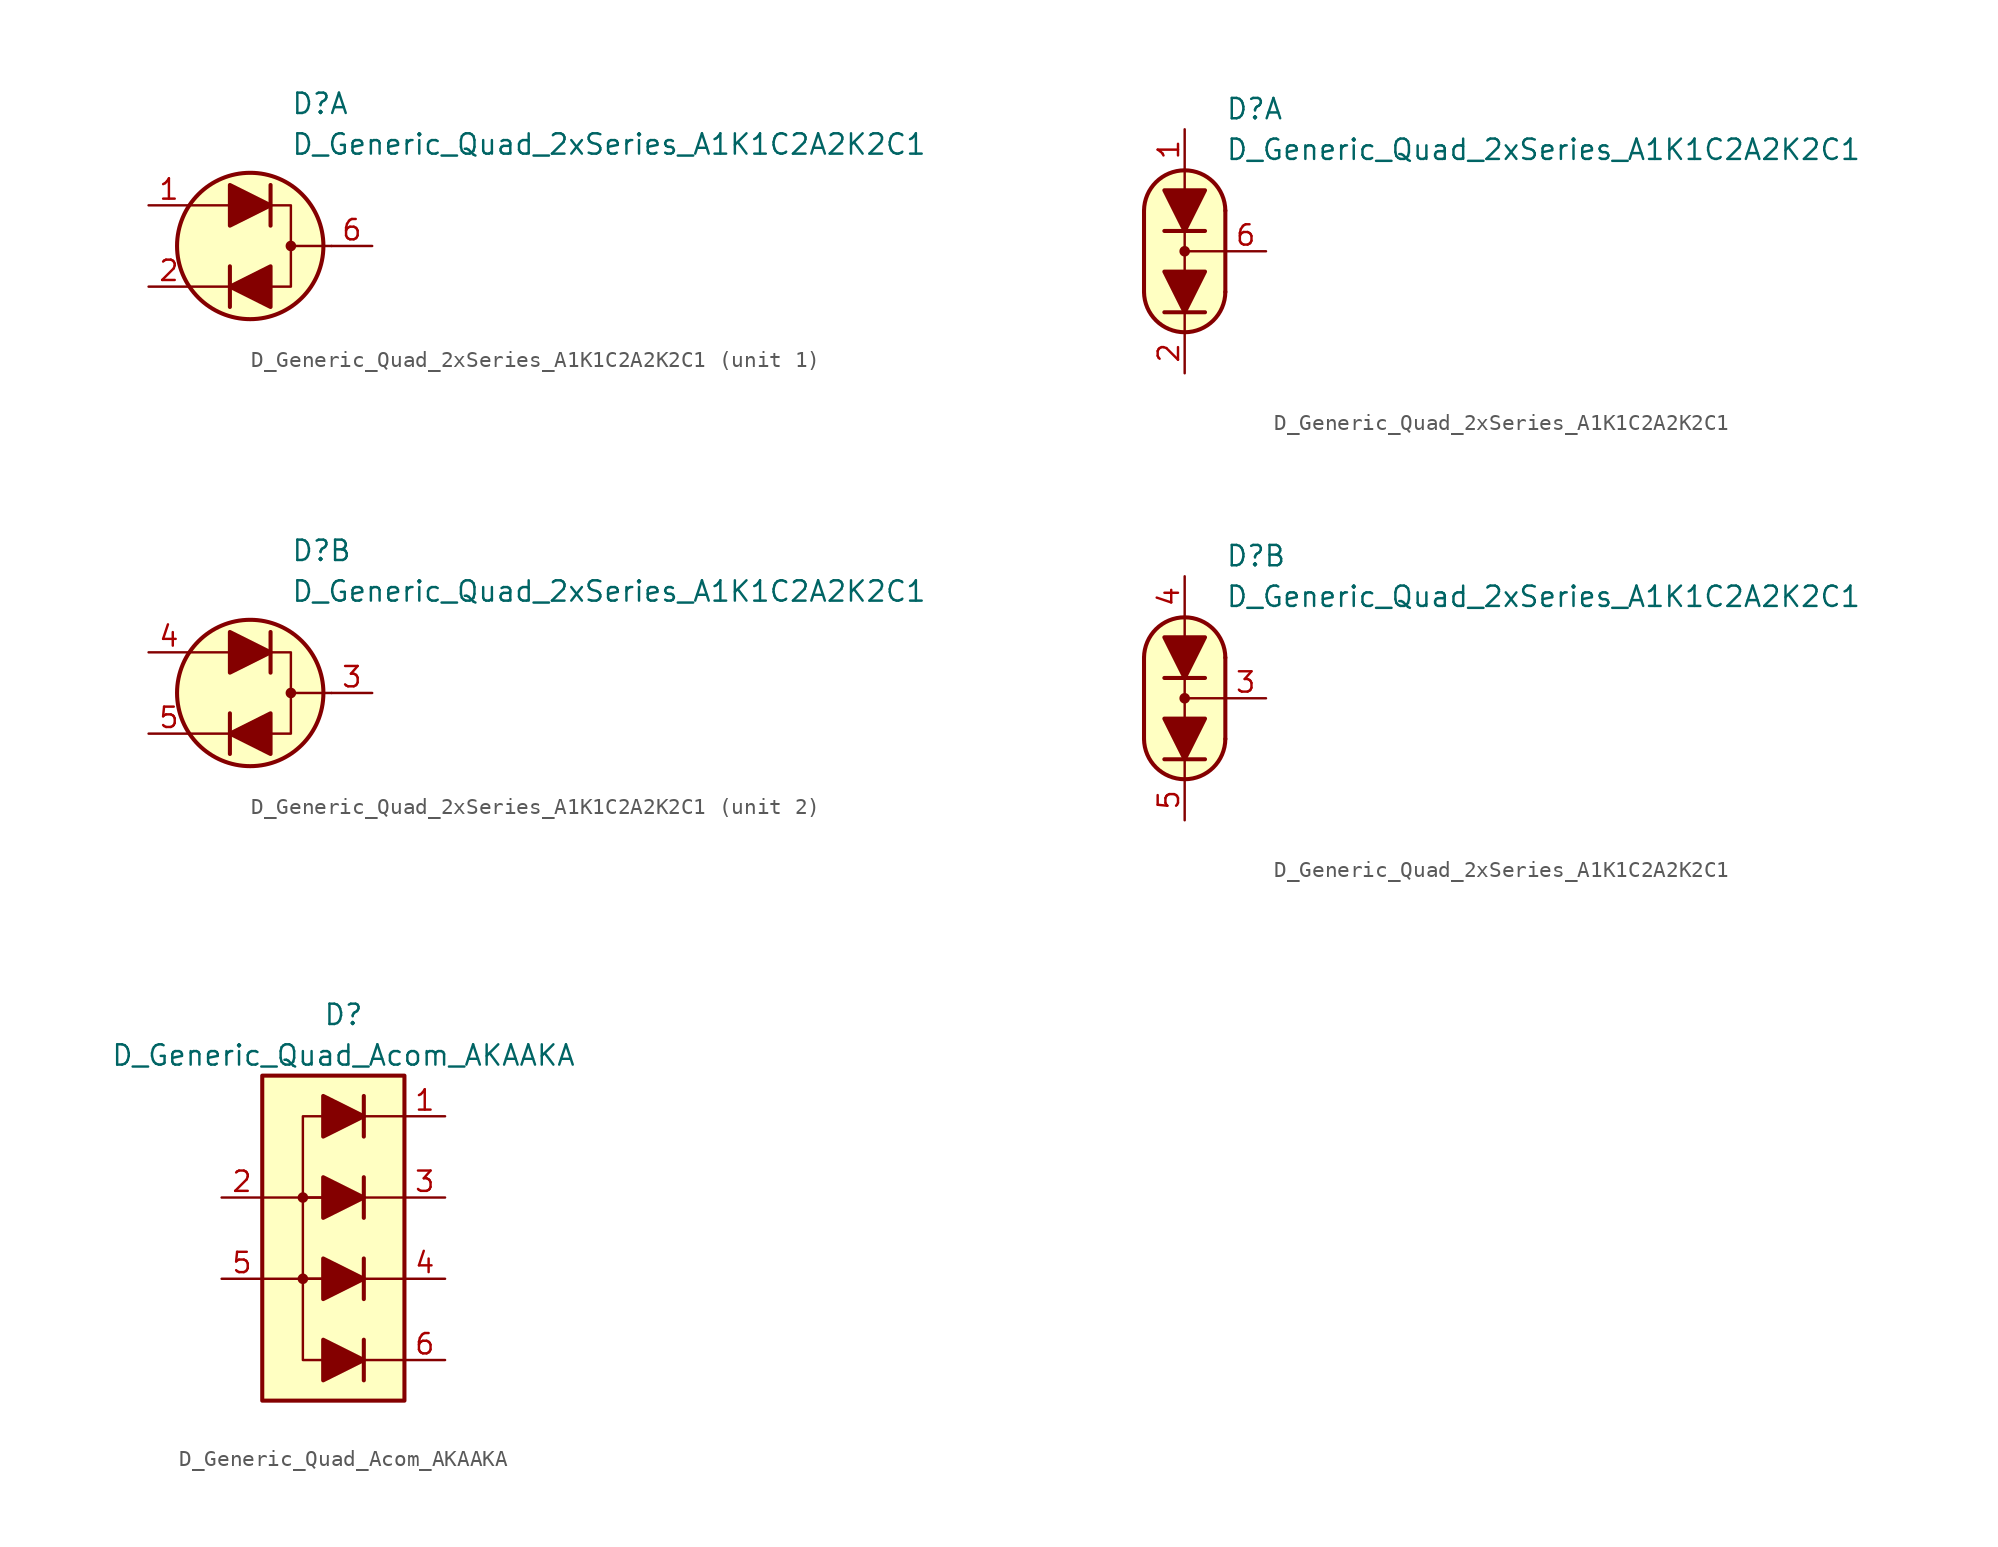
<source format=kicad_sym>
(kicad_symbol_lib
  (version 20231120)
  (generator "kicad_symbol_editor")
  (generator_version "8.0")
  (symbol "D_Generic_Quad_2xSeries_A1K1C2A2K2C1"
    (pin_names
      (offset 1.016) hide)
    (property "Reference" "D"
      (at 2.54 8.89 0)
      (effects (font (size 1.27 1.27)) (justify left)))
    (property "Value" "D_Generic_Quad_2xSeries_A1K1C2A2K2C1"
      (at 2.54 6.35 0)
      (effects (font (size 1.27 1.27)) (justify left)))
    (property "ki_locked" ""
      (at 0 0 0)
      (effects (font (size 1.27 1.27))))
    (symbol "D_Generic_Quad_2xSeries_A1K1C2A2K2C1_0_1"
      (polyline (pts (xy -1.27 -2.54) (xy -3.81 -2.54)) (stroke (width 0) (type default)) (fill (type none)))
      (polyline (pts (xy -1.27 -1.27) (xy -1.27 -3.81)) (stroke (width 0.254) (type default)) (fill (type none)))
      (polyline (pts (xy -1.27 2.54) (xy -3.81 2.54)) (stroke (width 0) (type default)) (fill (type none)))
      (polyline (pts (xy 1.27 3.81) (xy 1.27 1.27)) (stroke (width 0.254) (type default)) (fill (type none)))
      (polyline (pts (xy 5.08 0) (xy 2.54 0)) (stroke (width 0) (type default)) (fill (type none)))
      (polyline (pts (xy 1.27 -2.54) (xy 2.54 -2.54) (xy 2.54 2.54) (xy 1.27 2.54)) (stroke (width 0) (type default)) (fill (type none)))
      (circle (center 0 0) (radius 4.572) (stroke (width 0.254) (type default)) (fill (type background)))
      (circle (center 2.54 0) (radius 0.254) (stroke (width 0) (type default)) (fill (type outline))))
    (symbol "D_Generic_Quad_2xSeries_A1K1C2A2K2C1_1_1"
      (polyline (pts (xy -1.27 2.54) (xy 1.27 2.54)) (stroke (width 0) (type default)) (fill (type none)))
      (polyline (pts (xy 1.27 -2.54) (xy -1.27 -2.54)) (stroke (width 0) (type default)) (fill (type none)))
      (polyline (pts (xy -1.27 1.27) (xy -1.27 3.81) (xy 1.27 2.54) (xy -1.27 1.27)) (stroke (width 0.254) (type default)) (fill (type outline)))
      (polyline (pts (xy 1.27 -1.27) (xy 1.27 -3.81) (xy -1.27 -2.54) (xy 1.27 -1.27)) (stroke (width 0.254) (type default)) (fill (type outline)))
      (pin passive line (at -6.35 2.54 0) (length 2.54) (name "A1" (effects (font (size 1.27 1.27)))) (number "1" (effects (font (size 1.27 1.27)))))
      (pin passive line (at -6.35 -2.54 0) (length 2.54) (name "K1" (effects (font (size 1.27 1.27)))) (number "2" (effects (font (size 1.27 1.27)))))
      (pin passive line (at 7.62 0 180) (length 2.54) (name "C1" (effects (font (size 1.27 1.27)))) (number "6" (effects (font (size 1.27 1.27))))))
    (symbol "D_Generic_Quad_2xSeries_A1K1C2A2K2C1_1_2"
      (arc (start -2.54 -2.54) (mid 0 -5.0576) (end 2.54 -2.54) (stroke (width 0.254) (type default)) (fill (type none)))
      (polyline (pts (xy -2.54 2.54) (xy -2.54 -2.54)) (stroke (width 0.254) (type default)) (fill (type none)))
      (polyline (pts (xy 0 -5.08) (xy 0 -3.81)) (stroke (width 0) (type default)) (fill (type none)))
      (polyline (pts (xy 0 0) (xy 2.54 0)) (stroke (width 0) (type default)) (fill (type none)))
      (polyline (pts (xy 0 1.27) (xy 0 -1.27)) (stroke (width 0) (type default)) (fill (type none)))
      (polyline (pts (xy 0 5.08) (xy 0 3.81)) (stroke (width 0) (type default)) (fill (type none)))
      (polyline (pts (xy 1.27 -3.81) (xy -1.27 -3.81)) (stroke (width 0.254) (type default)) (fill (type none)))
      (polyline (pts (xy 1.27 1.27) (xy -1.27 1.27)) (stroke (width 0.254) (type default)) (fill (type none)))
      (polyline (pts (xy 2.54 -2.54) (xy 2.54 2.54)) (stroke (width 0.254) (type default)) (fill (type none)))
      (polyline (pts (xy 1.27 -1.27) (xy -1.27 -1.27) (xy 0 -3.81) (xy 1.27 -1.27)) (stroke (width 0.254) (type default)) (fill (type outline)))
      (polyline (pts (xy 1.27 3.81) (xy -1.27 3.81) (xy 0 1.27) (xy 1.27 3.81)) (stroke (width 0.254) (type default)) (fill (type outline)))
      (polyline (pts (xy 0 -5.08) (xy -1.016 -4.826) (xy -1.778 -4.318) (xy -2.286 -3.556) (xy -2.54 -3.048) (xy -2.54 2.794) (xy -2.286 3.556) (xy -1.778 4.318) (xy -1.016 4.826) (xy -0.254 5.08) (xy 0.254 5.08) (xy 1.016 4.826) (xy 1.524 4.572) (xy 2.032 4.064) (xy 2.286 3.556) (xy 2.54 2.794) (xy 2.54 -2.794) (xy 2.286 -3.556) (xy 2.032 -4.064) (xy 1.524 -4.572) (xy 1.016 -4.826) (xy 0 -5.08)) (stroke (width 0.01) (type default)) (fill (type background)))
      (circle (center 0 0) (radius 0.254) (stroke (width 0) (type default)) (fill (type outline)))
      (arc (start 2.54 2.54) (mid 0 5.0576) (end -2.54 2.54) (stroke (width 0.254) (type default)) (fill (type none)))
      (pin passive line (at 0 7.62 270) (length 2.54) (name "A1" (effects (font (size 1.27 1.27)))) (number "1" (effects (font (size 1.27 1.27)))))
      (pin passive line (at 0 -7.62 90) (length 2.54) (name "K1" (effects (font (size 1.27 1.27)))) (number "2" (effects (font (size 1.27 1.27)))))
      (pin passive line (at 5.08 0 180) (length 2.54) (name "C1" (effects (font (size 1.27 1.27)))) (number "6" (effects (font (size 1.27 1.27))))))
    (symbol "D_Generic_Quad_2xSeries_A1K1C2A2K2C1_2_1"
      (polyline (pts (xy -1.27 2.54) (xy 1.27 2.54)) (stroke (width 0) (type default)) (fill (type none)))
      (polyline (pts (xy 1.27 -2.54) (xy -1.27 -2.54)) (stroke (width 0) (type default)) (fill (type none)))
      (polyline (pts (xy -1.27 1.27) (xy -1.27 3.81) (xy 1.27 2.54) (xy -1.27 1.27)) (stroke (width 0.254) (type default)) (fill (type outline)))
      (polyline (pts (xy 1.27 -1.27) (xy 1.27 -3.81) (xy -1.27 -2.54) (xy 1.27 -1.27)) (stroke (width 0.254) (type default)) (fill (type outline)))
      (pin passive line (at 7.62 0 180) (length 2.54) (name "C2" (effects (font (size 1.27 1.27)))) (number "3" (effects (font (size 1.27 1.27)))))
      (pin passive line (at -6.35 2.54 0) (length 2.54) (name "A2" (effects (font (size 1.27 1.27)))) (number "4" (effects (font (size 1.27 1.27)))))
      (pin passive line (at -6.35 -2.54 0) (length 2.54) (name "K2" (effects (font (size 1.27 1.27)))) (number "5" (effects (font (size 1.27 1.27))))))
    (symbol "D_Generic_Quad_2xSeries_A1K1C2A2K2C1_2_2"
      (arc (start -2.54 -2.54) (mid 0 -5.0576) (end 2.54 -2.54) (stroke (width 0.254) (type default)) (fill (type none)))
      (polyline (pts (xy -2.54 2.54) (xy -2.54 -2.54)) (stroke (width 0.254) (type default)) (fill (type none)))
      (polyline (pts (xy 0 -5.08) (xy 0 -3.81)) (stroke (width 0) (type default)) (fill (type none)))
      (polyline (pts (xy 0 0) (xy 2.54 0)) (stroke (width 0) (type default)) (fill (type none)))
      (polyline (pts (xy 0 1.27) (xy 0 -1.27)) (stroke (width 0) (type default)) (fill (type none)))
      (polyline (pts (xy 0 5.08) (xy 0 3.81)) (stroke (width 0) (type default)) (fill (type none)))
      (polyline (pts (xy 1.27 -3.81) (xy -1.27 -3.81)) (stroke (width 0.254) (type default)) (fill (type none)))
      (polyline (pts (xy 1.27 1.27) (xy -1.27 1.27)) (stroke (width 0.254) (type default)) (fill (type none)))
      (polyline (pts (xy 2.54 -2.54) (xy 2.54 2.54)) (stroke (width 0.254) (type default)) (fill (type none)))
      (polyline (pts (xy 1.27 -1.27) (xy -1.27 -1.27) (xy 0 -3.81) (xy 1.27 -1.27)) (stroke (width 0.254) (type default)) (fill (type outline)))
      (polyline (pts (xy 1.27 3.81) (xy -1.27 3.81) (xy 0 1.27) (xy 1.27 3.81)) (stroke (width 0.254) (type default)) (fill (type outline)))
      (polyline (pts (xy 0 -5.08) (xy -1.016 -4.826) (xy -1.778 -4.318) (xy -2.286 -3.556) (xy -2.54 -3.048) (xy -2.54 2.794) (xy -2.286 3.556) (xy -1.778 4.318) (xy -1.016 4.826) (xy -0.254 5.08) (xy 0.254 5.08) (xy 1.016 4.826) (xy 1.524 4.572) (xy 2.032 4.064) (xy 2.286 3.556) (xy 2.54 2.794) (xy 2.54 -2.794) (xy 2.286 -3.556) (xy 2.032 -4.064) (xy 1.524 -4.572) (xy 1.016 -4.826) (xy 0 -5.08)) (stroke (width 0.01) (type default)) (fill (type background)))
      (circle (center 0 0) (radius 0.254) (stroke (width 0) (type default)) (fill (type outline)))
      (arc (start 2.54 2.54) (mid 0 5.0576) (end -2.54 2.54) (stroke (width 0.254) (type default)) (fill (type none)))
      (pin passive line (at 5.08 0 180) (length 2.54) (name "C2" (effects (font (size 1.27 1.27)))) (number "3" (effects (font (size 1.27 1.27)))))
      (pin passive line (at 0 7.62 270) (length 2.54) (name "A2" (effects (font (size 1.27 1.27)))) (number "4" (effects (font (size 1.27 1.27)))))
      (pin passive line (at 0 -7.62 90) (length 2.54) (name "K2" (effects (font (size 1.27 1.27)))) (number "5" (effects (font (size 1.27 1.27)))))))
  (symbol "D_Generic_Quad_Acom_AKAAKA"
    (pin_names
      (offset 1.016) hide)
    (property "Reference" "D"
      (at 0 13.97 0)
      (effects (font (size 1.27 1.27))))
    (property "Value" "D_Generic_Quad_Acom_AKAAKA"
      (at 0 11.43 0)
      (effects (font (size 1.27 1.27))))
    (symbol "D_Generic_Quad_Acom_AKAAKA_0_1"
      (rectangle (start -5.08 10.16) (end 3.81 -10.16) (stroke (width 0.254) (type default)) (fill (type background)))
      (polyline (pts (xy -5.08 2.54) (xy -2.54 2.54)) (stroke (width 0) (type default)) (fill (type none)))
      (polyline (pts (xy 1.27 -2.54) (xy 3.81 -2.54)) (stroke (width 0) (type default)) (fill (type none)))
      (polyline (pts (xy 1.27 -1.27) (xy 1.27 -3.81)) (stroke (width 0.254) (type default)) (fill (type none)))
      (polyline (pts (xy 1.27 2.54) (xy 3.81 2.54)) (stroke (width 0) (type default)) (fill (type none)))
      (polyline (pts (xy 1.27 3.81) (xy 1.27 1.27)) (stroke (width 0.254) (type default)) (fill (type none)))
      (polyline (pts (xy -1.27 -2.54) (xy -2.54 -2.54) (xy -2.54 2.54) (xy -1.27 2.54)) (stroke (width 0) (type default)) (fill (type none))))
    (symbol "D_Generic_Quad_Acom_AKAAKA_1_1"
      (circle (center -2.54 -2.54) (radius 0.254) (stroke (width 0) (type default)) (fill (type outline)))
      (circle (center -2.54 2.54) (radius 0.254) (stroke (width 0) (type default)) (fill (type outline)))
      (polyline (pts (xy -5.08 -2.54) (xy -2.54 -2.54)) (stroke (width 0) (type default)) (fill (type none)))
      (polyline (pts (xy -1.27 -7.62) (xy 1.27 -7.62)) (stroke (width 0) (type default)) (fill (type none)))
      (polyline (pts (xy -1.27 -2.54) (xy 1.27 -2.54)) (stroke (width 0) (type default)) (fill (type none)))
      (polyline (pts (xy -1.27 2.54) (xy 1.27 2.54)) (stroke (width 0) (type default)) (fill (type none)))
      (polyline (pts (xy -1.27 7.62) (xy 1.27 7.62)) (stroke (width 0) (type default)) (fill (type none)))
      (polyline (pts (xy 1.27 -7.62) (xy 3.81 -7.62)) (stroke (width 0) (type default)) (fill (type none)))
      (polyline (pts (xy 1.27 -6.35) (xy 1.27 -8.89)) (stroke (width 0.254) (type default)) (fill (type none)))
      (polyline (pts (xy 1.27 7.62) (xy 3.81 7.62)) (stroke (width 0) (type default)) (fill (type none)))
      (polyline (pts (xy 1.27 8.89) (xy 1.27 6.35)) (stroke (width 0.254) (type default)) (fill (type none)))
      (polyline (pts (xy -1.27 -7.62) (xy -2.54 -7.62) (xy -2.54 -2.54) (xy -1.27 -2.54)) (stroke (width 0) (type default)) (fill (type none)))
      (polyline (pts (xy -1.27 -6.35) (xy -1.27 -8.89) (xy 1.27 -7.62) (xy -1.27 -6.35)) (stroke (width 0.254) (type default)) (fill (type outline)))
      (polyline (pts (xy -1.27 -1.27) (xy -1.27 -3.81) (xy 1.27 -2.54) (xy -1.27 -1.27)) (stroke (width 0.254) (type default)) (fill (type outline)))
      (polyline (pts (xy -1.27 2.54) (xy -2.54 2.54) (xy -2.54 7.62) (xy -1.27 7.62)) (stroke (width 0) (type default)) (fill (type none)))
      (polyline (pts (xy -1.27 3.81) (xy -1.27 1.27) (xy 1.27 2.54) (xy -1.27 3.81)) (stroke (width 0.254) (type default)) (fill (type outline)))
      (polyline (pts (xy -1.27 8.89) (xy -1.27 6.35) (xy 1.27 7.62) (xy -1.27 8.89)) (stroke (width 0.254) (type default)) (fill (type outline)))
      (pin passive line (at 6.35 7.62 180) (length 2.54) (name "A1" (effects (font (size 1.27 1.27)))) (number "1" (effects (font (size 1.27 1.27)))))
      (pin passive line (at -7.62 2.54 0) (length 2.54) (name "K1" (effects (font (size 1.27 1.27)))) (number "2" (effects (font (size 1.27 1.27)))))
      (pin passive line (at 6.35 2.54 180) (length 2.54) (name "A2" (effects (font (size 1.27 1.27)))) (number "3" (effects (font (size 1.27 1.27)))))
      (pin passive line (at 6.35 -2.54 180) (length 2.54) (name "A3" (effects (font (size 1.27 1.27)))) (number "4" (effects (font (size 1.27 1.27)))))
      (pin passive line (at -7.62 -2.54 0) (length 2.54) (name "K2" (effects (font (size 1.27 1.27)))) (number "5" (effects (font (size 1.27 1.27)))))
      (pin passive line (at 6.35 -7.62 180) (length 2.54) (name "A4" (effects (font (size 1.27 1.27)))) (number "6" (effects (font (size 1.27 1.27))))))))
</source>
